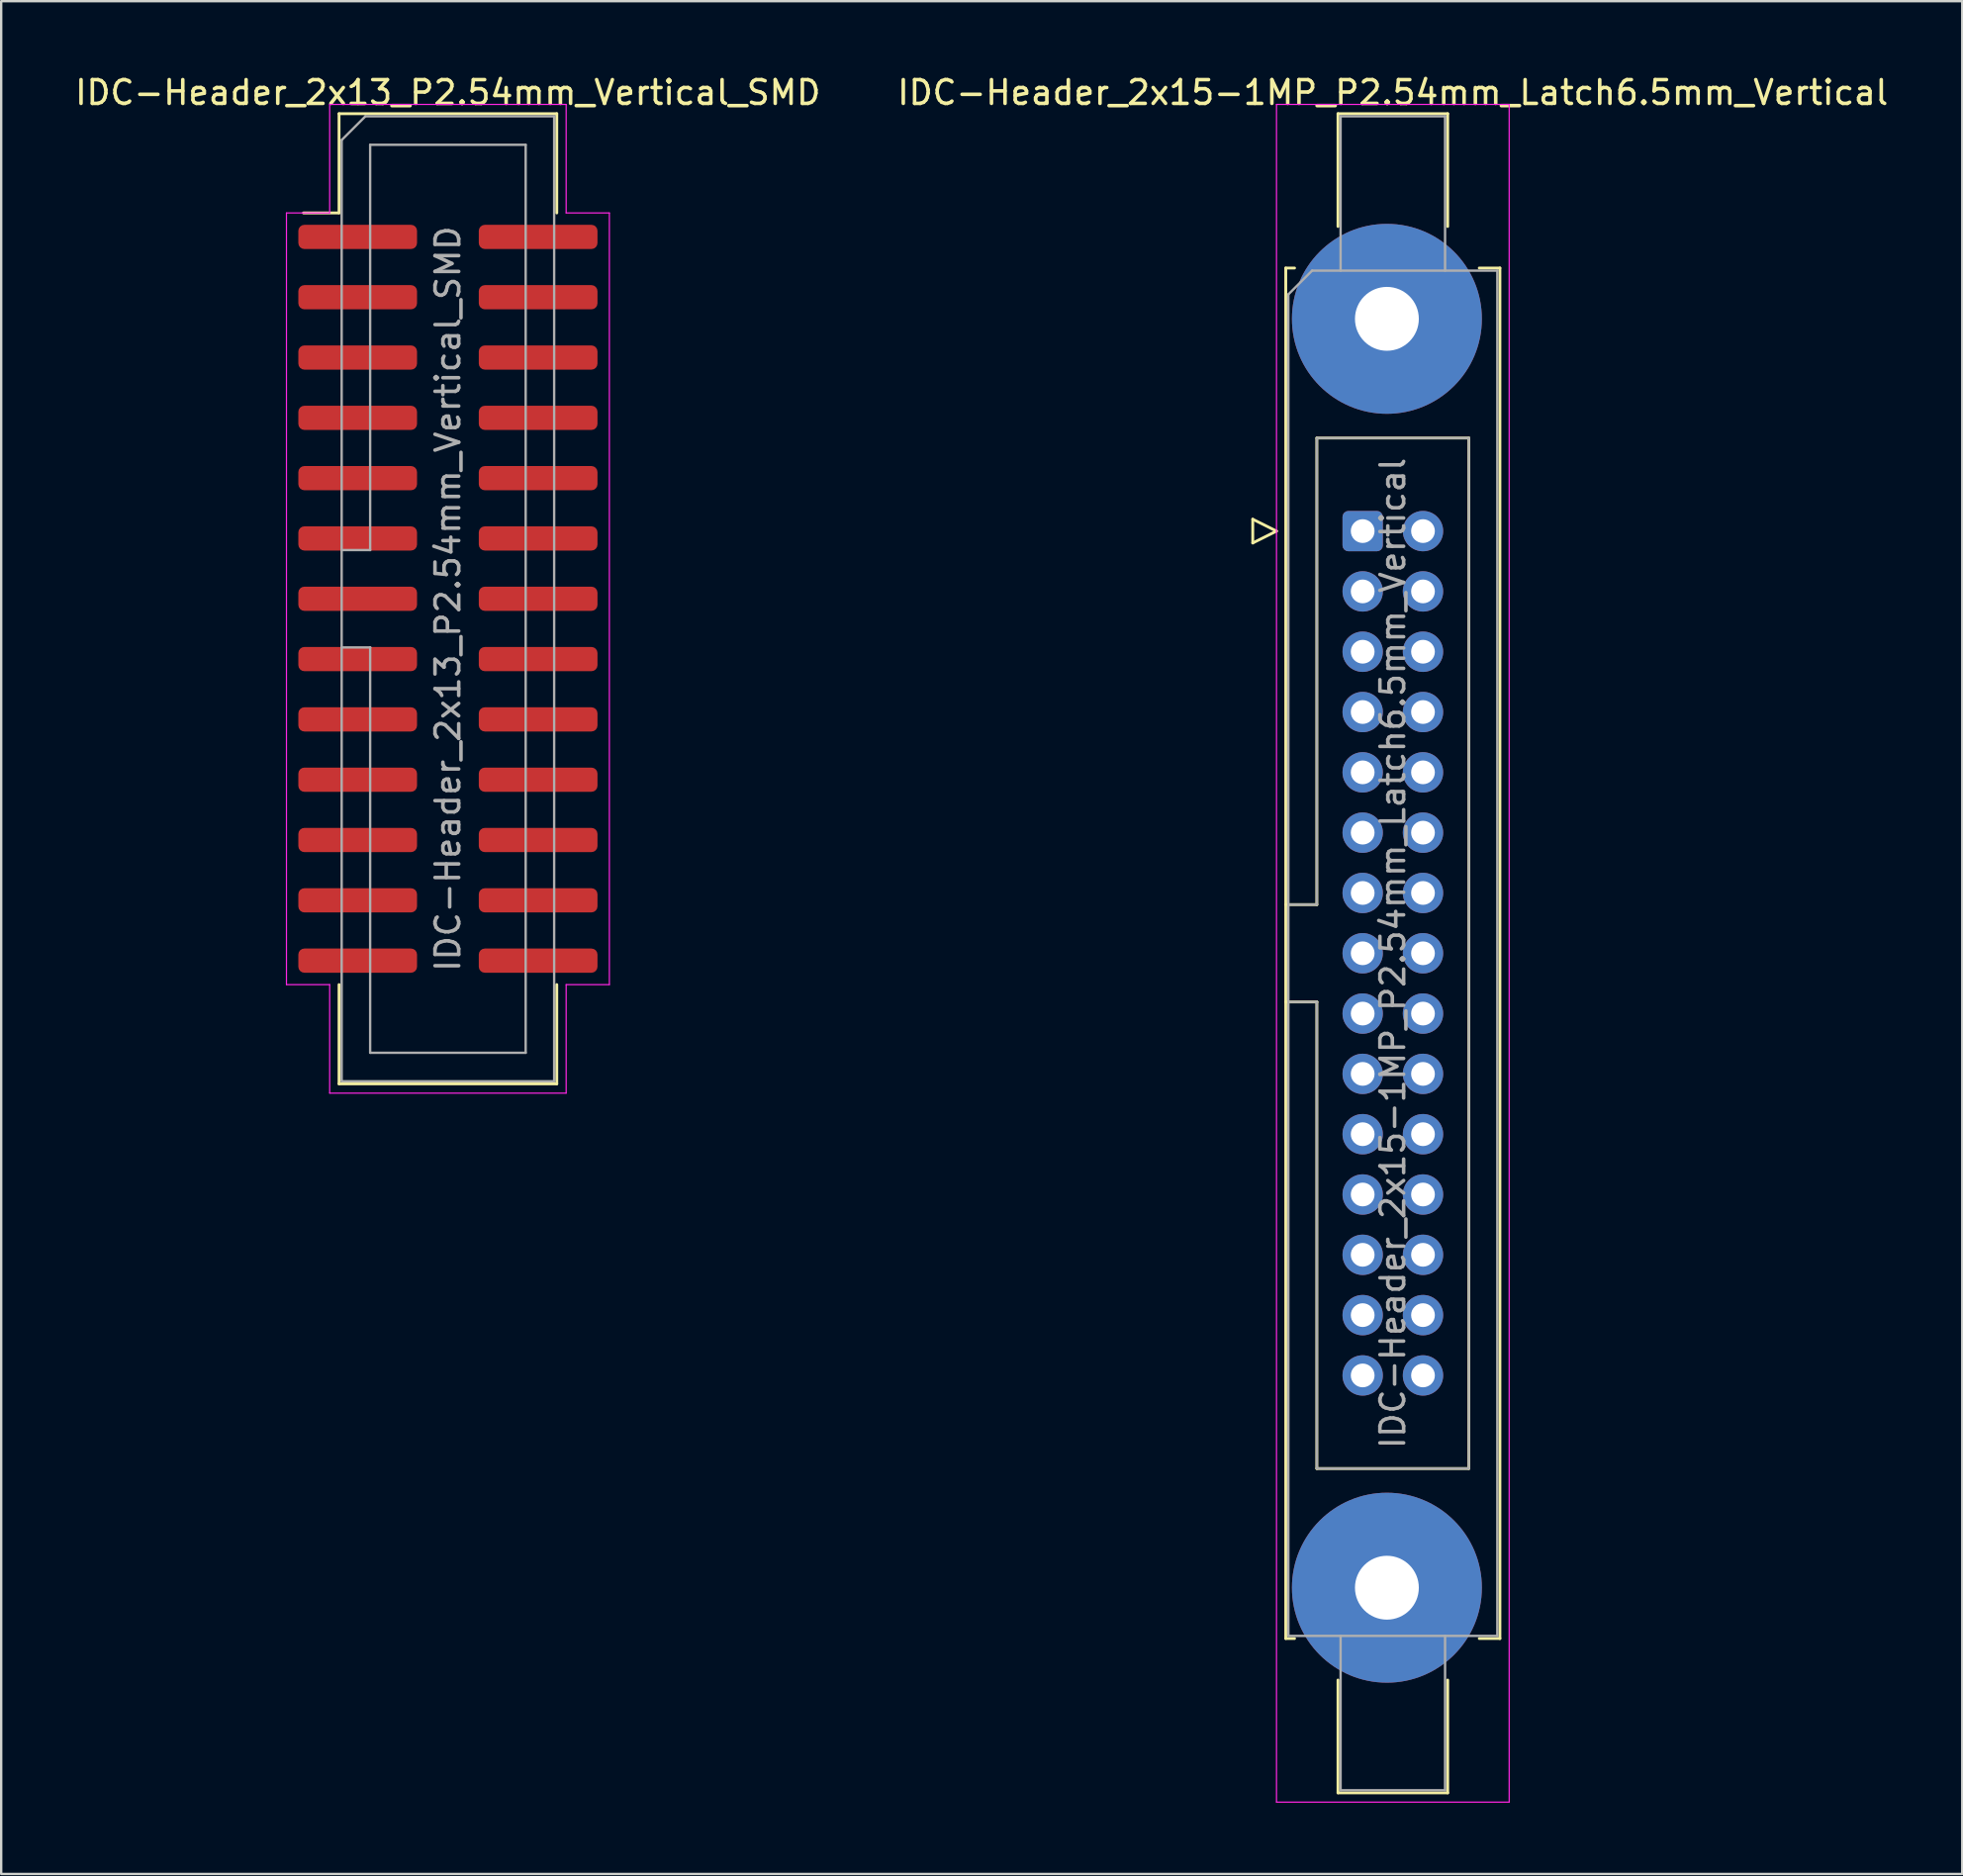
<source format=kicad_pcb>
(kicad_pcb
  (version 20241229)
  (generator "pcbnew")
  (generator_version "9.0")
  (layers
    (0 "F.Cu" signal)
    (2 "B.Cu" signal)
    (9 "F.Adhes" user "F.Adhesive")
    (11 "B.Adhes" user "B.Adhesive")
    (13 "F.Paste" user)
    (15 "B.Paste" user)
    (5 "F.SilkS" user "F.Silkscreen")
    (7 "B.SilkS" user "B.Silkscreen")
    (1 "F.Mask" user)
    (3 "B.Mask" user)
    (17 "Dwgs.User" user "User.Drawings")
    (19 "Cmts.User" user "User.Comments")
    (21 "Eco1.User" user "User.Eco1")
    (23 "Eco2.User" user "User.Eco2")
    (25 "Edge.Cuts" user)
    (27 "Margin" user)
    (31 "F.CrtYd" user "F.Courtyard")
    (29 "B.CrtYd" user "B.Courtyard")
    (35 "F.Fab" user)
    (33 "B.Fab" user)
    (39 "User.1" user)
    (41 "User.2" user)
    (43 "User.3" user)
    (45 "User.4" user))
  (footprint "IDC-Header_2x13_P2.54mm_Vertical_SMD"
    (layer "F.Cu")
    (at 15.815 22.168)
    (property "Reference" "IDC-Header_2x13_P2.54mm_Vertical_SMD" (at 0 -21.32 0) (layer "F.SilkS") (effects (font (size 1 1) (thickness 0.15))))
    (attr smd)
    (fp_line (start -4.585 -20.43) (end 4.585 -20.43) (stroke (width 0.12) (type solid)) (layer "F.SilkS"))
    (fp_line (start -4.585 -16.25) (end -6.085 -16.25) (stroke (width 0.12) (type solid)) (layer "F.SilkS"))
    (fp_line (start -4.585 -16.25) (end -4.585 -20.43) (stroke (width 0.12) (type solid)) (layer "F.SilkS"))
    (fp_line (start -4.585 16.25) (end -4.585 20.43) (stroke (width 0.12) (type solid)) (layer "F.SilkS"))
    (fp_line (start -4.585 20.43) (end 4.585 20.43) (stroke (width 0.12) (type solid)) (layer "F.SilkS"))
    (fp_line (start 4.585 -20.43) (end 4.585 -16.25) (stroke (width 0.12) (type solid)) (layer "F.SilkS"))
    (fp_line (start 4.585 20.43) (end 4.585 16.25) (stroke (width 0.12) (type solid)) (layer "F.SilkS"))
    (fp_line (start -6.8 -16.25) (end -6.8 16.25) (stroke (width 0.05) (type solid)) (layer "F.CrtYd"))
    (fp_line (start -6.8 16.25) (end -4.98 16.25) (stroke (width 0.05) (type solid)) (layer "F.CrtYd"))
    (fp_line (start -4.98 -20.82) (end -4.98 -16.25) (stroke (width 0.05) (type solid)) (layer "F.CrtYd"))
    (fp_line (start -4.98 -16.25) (end -6.8 -16.25) (stroke (width 0.05) (type solid)) (layer "F.CrtYd"))
    (fp_line (start -4.98 16.25) (end -4.98 20.82) (stroke (width 0.05) (type solid)) (layer "F.CrtYd"))
    (fp_line (start -4.98 20.82) (end 4.98 20.82) (stroke (width 0.05) (type solid)) (layer "F.CrtYd"))
    (fp_line (start 4.98 -20.82) (end -4.98 -20.82) (stroke (width 0.05) (type solid)) (layer "F.CrtYd"))
    (fp_line (start 4.98 -16.25) (end 4.98 -20.82) (stroke (width 0.05) (type solid)) (layer "F.CrtYd"))
    (fp_line (start 4.98 16.25) (end 6.8 16.25) (stroke (width 0.05) (type solid)) (layer "F.CrtYd"))
    (fp_line (start 4.98 20.82) (end 4.98 16.25) (stroke (width 0.05) (type solid)) (layer "F.CrtYd"))
    (fp_line (start 6.8 -16.25) (end 4.98 -16.25) (stroke (width 0.05) (type solid)) (layer "F.CrtYd"))
    (fp_line (start 6.8 16.25) (end 6.8 -16.25) (stroke (width 0.05) (type solid)) (layer "F.CrtYd"))
    (fp_line (start -4.475 -19.32) (end -3.475 -20.32) (stroke (width 0.1) (type solid)) (layer "F.Fab"))
    (fp_line (start -4.475 -2.05) (end -3.275 -2.05) (stroke (width 0.1) (type solid)) (layer "F.Fab"))
    (fp_line (start -4.475 20.32) (end -4.475 -19.32) (stroke (width 0.1) (type solid)) (layer "F.Fab"))
    (fp_line (start -3.475 -20.32) (end 4.475 -20.32) (stroke (width 0.1) (type solid)) (layer "F.Fab"))
    (fp_line (start -3.275 -19.12) (end 3.275 -19.12) (stroke (width 0.1) (type solid)) (layer "F.Fab"))
    (fp_line (start -3.275 -2.05) (end -3.275 -19.12) (stroke (width 0.1) (type solid)) (layer "F.Fab"))
    (fp_line (start -3.275 2.05) (end -4.475 2.05) (stroke (width 0.1) (type solid)) (layer "F.Fab"))
    (fp_line (start -3.275 2.05) (end -3.275 2.05) (stroke (width 0.1) (type solid)) (layer "F.Fab"))
    (fp_line (start -3.275 19.12) (end -3.275 2.05) (stroke (width 0.1) (type solid)) (layer "F.Fab"))
    (fp_line (start 3.275 -19.12) (end 3.275 19.12) (stroke (width 0.1) (type solid)) (layer "F.Fab"))
    (fp_line (start 3.275 19.12) (end -3.275 19.12) (stroke (width 0.1) (type solid)) (layer "F.Fab"))
    (fp_line (start 4.475 -20.32) (end 4.475 20.32) (stroke (width 0.1) (type solid)) (layer "F.Fab"))
    (fp_line (start 4.475 20.32) (end -4.475 20.32) (stroke (width 0.1) (type solid)) (layer "F.Fab"))
    (fp_text user "${REFERENCE}" (at 0 0 90) (layer "F.Fab") (effects (font (size 1 1) (thickness 0.15))))
    (pad "1" smd roundrect (at -3.8 -15.24) (size 5 1.02) (layers "F.Cu" "F.Mask" "F.Paste") (roundrect_rratio 0.25))
    (pad "2" smd roundrect (at 3.8 -15.24) (size 5 1.02) (layers "F.Cu" "F.Mask" "F.Paste") (roundrect_rratio 0.25))
    (pad "3" smd roundrect (at -3.8 -12.7) (size 5 1.02) (layers "F.Cu" "F.Mask" "F.Paste") (roundrect_rratio 0.25))
    (pad "4" smd roundrect (at 3.8 -12.7) (size 5 1.02) (layers "F.Cu" "F.Mask" "F.Paste") (roundrect_rratio 0.25))
    (pad "5" smd roundrect (at -3.8 -10.16) (size 5 1.02) (layers "F.Cu" "F.Mask" "F.Paste") (roundrect_rratio 0.25))
    (pad "6" smd roundrect (at 3.8 -10.16) (size 5 1.02) (layers "F.Cu" "F.Mask" "F.Paste") (roundrect_rratio 0.25))
    (pad "7" smd roundrect (at -3.8 -7.62) (size 5 1.02) (layers "F.Cu" "F.Mask" "F.Paste") (roundrect_rratio 0.25))
    (pad "8" smd roundrect (at 3.8 -7.62) (size 5 1.02) (layers "F.Cu" "F.Mask" "F.Paste") (roundrect_rratio 0.25))
    (pad "9" smd roundrect (at -3.8 -5.08) (size 5 1.02) (layers "F.Cu" "F.Mask" "F.Paste") (roundrect_rratio 0.25))
    (pad "10" smd roundrect (at 3.8 -5.08) (size 5 1.02) (layers "F.Cu" "F.Mask" "F.Paste") (roundrect_rratio 0.25))
    (pad "11" smd roundrect (at -3.8 -2.54) (size 5 1.02) (layers "F.Cu" "F.Mask" "F.Paste") (roundrect_rratio 0.25))
    (pad "12" smd roundrect (at 3.8 -2.54) (size 5 1.02) (layers "F.Cu" "F.Mask" "F.Paste") (roundrect_rratio 0.25))
    (pad "13" smd roundrect (at -3.8 0) (size 5 1.02) (layers "F.Cu" "F.Mask" "F.Paste") (roundrect_rratio 0.25))
    (pad "14" smd roundrect (at 3.8 0) (size 5 1.02) (layers "F.Cu" "F.Mask" "F.Paste") (roundrect_rratio 0.25))
    (pad "15" smd roundrect (at -3.8 2.54) (size 5 1.02) (layers "F.Cu" "F.Mask" "F.Paste") (roundrect_rratio 0.25))
    (pad "16" smd roundrect (at 3.8 2.54) (size 5 1.02) (layers "F.Cu" "F.Mask" "F.Paste") (roundrect_rratio 0.25))
    (pad "17" smd roundrect (at -3.8 5.08) (size 5 1.02) (layers "F.Cu" "F.Mask" "F.Paste") (roundrect_rratio 0.25))
    (pad "18" smd roundrect (at 3.8 5.08) (size 5 1.02) (layers "F.Cu" "F.Mask" "F.Paste") (roundrect_rratio 0.25))
    (pad "19" smd roundrect (at -3.8 7.62) (size 5 1.02) (layers "F.Cu" "F.Mask" "F.Paste") (roundrect_rratio 0.25))
    (pad "20" smd roundrect (at 3.8 7.62) (size 5 1.02) (layers "F.Cu" "F.Mask" "F.Paste") (roundrect_rratio 0.25))
    (pad "21" smd roundrect (at -3.8 10.16) (size 5 1.02) (layers "F.Cu" "F.Mask" "F.Paste") (roundrect_rratio 0.25))
    (pad "22" smd roundrect (at 3.8 10.16) (size 5 1.02) (layers "F.Cu" "F.Mask" "F.Paste") (roundrect_rratio 0.25))
    (pad "23" smd roundrect (at -3.8 12.7) (size 5 1.02) (layers "F.Cu" "F.Mask" "F.Paste") (roundrect_rratio 0.25))
    (pad "24" smd roundrect (at 3.8 12.7) (size 5 1.02) (layers "F.Cu" "F.Mask" "F.Paste") (roundrect_rratio 0.25))
    (pad "25" smd roundrect (at -3.8 15.24) (size 5 1.02) (layers "F.Cu" "F.Mask" "F.Paste") (roundrect_rratio 0.25))
    (pad "26" smd roundrect (at 3.8 15.24) (size 5 1.02) (layers "F.Cu" "F.Mask" "F.Paste") (roundrect_rratio 0.25)))
  (footprint "IDC-Header_2x15-1MP_P2.54mm_Latch6.5mm_Vertical"
    (layer "F.Cu")
    (at 54.343 19.318)
    (property "Reference" "IDC-Header_2x15-1MP_P2.54mm_Latch6.5mm_Vertical" (at 1.27 -18.47 0) (layer "F.SilkS") (effects (font (size 1 1) (thickness 0.15))))
    (attr through_hole)
    (fp_line (start -4.63 -0.5) (end -4.63 0.5) (stroke (width 0.12) (type solid)) (layer "F.SilkS"))
    (fp_line (start -4.63 0.5) (end -3.63 0) (stroke (width 0.12) (type solid)) (layer "F.SilkS"))
    (fp_line (start -3.63 0) (end -4.63 -0.5) (stroke (width 0.12) (type solid)) (layer "F.SilkS"))
    (fp_line (start -3.24 -11.08) (end -3.24 46.64) (stroke (width 0.12) (type solid)) (layer "F.SilkS"))
    (fp_line (start -3.24 15.73) (end -1.93 15.73) (stroke (width 0.12) (type solid)) (layer "F.SilkS"))
    (fp_line (start -3.24 46.64) (end -2.87 46.64) (stroke (width 0.12) (type solid)) (layer "F.SilkS"))
    (fp_line (start -2.87 -11.08) (end -3.24 -11.08) (stroke (width 0.12) (type solid)) (layer "F.SilkS"))
    (fp_line (start -1.93 -3.92) (end 4.47 -3.92) (stroke (width 0.12) (type solid)) (layer "F.SilkS"))
    (fp_line (start -1.93 15.73) (end -1.93 -3.92) (stroke (width 0.12) (type solid)) (layer "F.SilkS"))
    (fp_line (start -1.93 19.83) (end -3.24 19.83) (stroke (width 0.12) (type solid)) (layer "F.SilkS"))
    (fp_line (start -1.93 19.83) (end -1.93 19.83) (stroke (width 0.12) (type solid)) (layer "F.SilkS"))
    (fp_line (start -1.93 39.48) (end -1.93 19.83) (stroke (width 0.12) (type solid)) (layer "F.SilkS"))
    (fp_line (start -1.04 -17.58) (end 3.58 -17.58) (stroke (width 0.12) (type solid)) (layer "F.SilkS"))
    (fp_line (start -1.04 -12.83) (end -1.04 -17.58) (stroke (width 0.12) (type solid)) (layer "F.SilkS"))
    (fp_line (start -1.04 48.39) (end -1.04 53.14) (stroke (width 0.12) (type solid)) (layer "F.SilkS"))
    (fp_line (start -1.04 53.14) (end 3.58 53.14) (stroke (width 0.12) (type solid)) (layer "F.SilkS"))
    (fp_line (start 3.58 -17.58) (end 3.58 -12.83) (stroke (width 0.12) (type solid)) (layer "F.SilkS"))
    (fp_line (start 3.58 53.14) (end 3.58 48.39) (stroke (width 0.12) (type solid)) (layer "F.SilkS"))
    (fp_line (start 4.47 -3.92) (end 4.47 39.48) (stroke (width 0.12) (type solid)) (layer "F.SilkS"))
    (fp_line (start 4.47 39.48) (end -1.93 39.48) (stroke (width 0.12) (type solid)) (layer "F.SilkS"))
    (fp_line (start 4.91 -11.08) (end 5.78 -11.08) (stroke (width 0.12) (type solid)) (layer "F.SilkS"))
    (fp_line (start 5.78 -11.08) (end 5.78 46.64) (stroke (width 0.12) (type solid)) (layer "F.SilkS"))
    (fp_line (start 5.78 46.64) (end 4.91 46.64) (stroke (width 0.12) (type solid)) (layer "F.SilkS"))
    (fp_line (start -3.63 -17.97) (end -3.63 53.53) (stroke (width 0.05) (type solid)) (layer "F.CrtYd"))
    (fp_line (start -3.63 53.53) (end 6.17 53.53) (stroke (width 0.05) (type solid)) (layer "F.CrtYd"))
    (fp_line (start 6.17 -17.97) (end -3.63 -17.97) (stroke (width 0.05) (type solid)) (layer "F.CrtYd"))
    (fp_line (start 6.17 53.53) (end 6.17 -17.97) (stroke (width 0.05) (type solid)) (layer "F.CrtYd"))
    (fp_line (start -3.13 -9.97) (end -2.13 -10.97) (stroke (width 0.1) (type solid)) (layer "F.Fab"))
    (fp_line (start -3.13 15.73) (end -1.93 15.73) (stroke (width 0.1) (type solid)) (layer "F.Fab"))
    (fp_line (start -3.13 46.53) (end -3.13 -9.97) (stroke (width 0.1) (type solid)) (layer "F.Fab"))
    (fp_line (start -2.13 -10.97) (end 5.67 -10.97) (stroke (width 0.1) (type solid)) (layer "F.Fab"))
    (fp_line (start -1.93 -3.92) (end 4.47 -3.92) (stroke (width 0.1) (type solid)) (layer "F.Fab"))
    (fp_line (start -1.93 15.73) (end -1.93 -3.92) (stroke (width 0.1) (type solid)) (layer "F.Fab"))
    (fp_line (start -1.93 19.83) (end -3.13 19.83) (stroke (width 0.1) (type solid)) (layer "F.Fab"))
    (fp_line (start -1.93 19.83) (end -1.93 19.83) (stroke (width 0.1) (type solid)) (layer "F.Fab"))
    (fp_line (start -1.93 39.48) (end -1.93 19.83) (stroke (width 0.1) (type solid)) (layer "F.Fab"))
    (fp_line (start -0.93 -17.47) (end 3.47 -17.47) (stroke (width 0.1) (type solid)) (layer "F.Fab"))
    (fp_line (start -0.93 -10.97) (end -0.93 -17.47) (stroke (width 0.1) (type solid)) (layer "F.Fab"))
    (fp_line (start -0.93 46.53) (end -0.93 53.03) (stroke (width 0.1) (type solid)) (layer "F.Fab"))
    (fp_line (start -0.93 53.03) (end 3.47 53.03) (stroke (width 0.1) (type solid)) (layer "F.Fab"))
    (fp_line (start 3.47 -17.47) (end 3.47 -10.97) (stroke (width 0.1) (type solid)) (layer "F.Fab"))
    (fp_line (start 3.47 53.03) (end 3.47 46.53) (stroke (width 0.1) (type solid)) (layer "F.Fab"))
    (fp_line (start 4.47 -3.92) (end 4.47 39.48) (stroke (width 0.1) (type solid)) (layer "F.Fab"))
    (fp_line (start 4.47 39.48) (end -1.93 39.48) (stroke (width 0.1) (type solid)) (layer "F.Fab"))
    (fp_line (start 5.67 -10.97) (end 5.67 46.53) (stroke (width 0.1) (type solid)) (layer "F.Fab"))
    (fp_line (start 5.67 46.53) (end -3.13 46.53) (stroke (width 0.1) (type solid)) (layer "F.Fab"))
    (fp_text user "${REFERENCE}" (at 1.27 17.78 90) (layer "F.Fab") (effects (font (size 1 1) (thickness 0.15))))
    (pad "1" thru_hole roundrect (at 0 0) (size 1.7 1.7) (drill 1) (layers "*.Cu" "*.Mask") (roundrect_rratio 0.147))
    (pad "2" thru_hole circle (at 2.54 0) (size 1.7 1.7) (drill 1) (layers "*.Cu" "*.Mask"))
    (pad "3" thru_hole circle (at 0 2.54) (size 1.7 1.7) (drill 1) (layers "*.Cu" "*.Mask"))
    (pad "4" thru_hole circle (at 2.54 2.54) (size 1.7 1.7) (drill 1) (layers "*.Cu" "*.Mask"))
    (pad "5" thru_hole circle (at 0 5.08) (size 1.7 1.7) (drill 1) (layers "*.Cu" "*.Mask"))
    (pad "6" thru_hole circle (at 2.54 5.08) (size 1.7 1.7) (drill 1) (layers "*.Cu" "*.Mask"))
    (pad "7" thru_hole circle (at 0 7.62) (size 1.7 1.7) (drill 1) (layers "*.Cu" "*.Mask"))
    (pad "8" thru_hole circle (at 2.54 7.62) (size 1.7 1.7) (drill 1) (layers "*.Cu" "*.Mask"))
    (pad "9" thru_hole circle (at 0 10.16) (size 1.7 1.7) (drill 1) (layers "*.Cu" "*.Mask"))
    (pad "10" thru_hole circle (at 2.54 10.16) (size 1.7 1.7) (drill 1) (layers "*.Cu" "*.Mask"))
    (pad "11" thru_hole circle (at 0 12.7) (size 1.7 1.7) (drill 1) (layers "*.Cu" "*.Mask"))
    (pad "12" thru_hole circle (at 2.54 12.7) (size 1.7 1.7) (drill 1) (layers "*.Cu" "*.Mask"))
    (pad "13" thru_hole circle (at 0 15.24) (size 1.7 1.7) (drill 1) (layers "*.Cu" "*.Mask"))
    (pad "14" thru_hole circle (at 2.54 15.24) (size 1.7 1.7) (drill 1) (layers "*.Cu" "*.Mask"))
    (pad "15" thru_hole circle (at 0 17.78) (size 1.7 1.7) (drill 1) (layers "*.Cu" "*.Mask"))
    (pad "16" thru_hole circle (at 2.54 17.78) (size 1.7 1.7) (drill 1) (layers "*.Cu" "*.Mask"))
    (pad "17" thru_hole circle (at 0 20.32) (size 1.7 1.7) (drill 1) (layers "*.Cu" "*.Mask"))
    (pad "18" thru_hole circle (at 2.54 20.32) (size 1.7 1.7) (drill 1) (layers "*.Cu" "*.Mask"))
    (pad "19" thru_hole circle (at 0 22.86) (size 1.7 1.7) (drill 1) (layers "*.Cu" "*.Mask"))
    (pad "20" thru_hole circle (at 2.54 22.86) (size 1.7 1.7) (drill 1) (layers "*.Cu" "*.Mask"))
    (pad "21" thru_hole circle (at 0 25.4) (size 1.7 1.7) (drill 1) (layers "*.Cu" "*.Mask"))
    (pad "22" thru_hole circle (at 2.54 25.4) (size 1.7 1.7) (drill 1) (layers "*.Cu" "*.Mask"))
    (pad "23" thru_hole circle (at 0 27.94) (size 1.7 1.7) (drill 1) (layers "*.Cu" "*.Mask"))
    (pad "24" thru_hole circle (at 2.54 27.94) (size 1.7 1.7) (drill 1) (layers "*.Cu" "*.Mask"))
    (pad "25" thru_hole circle (at 0 30.48) (size 1.7 1.7) (drill 1) (layers "*.Cu" "*.Mask"))
    (pad "26" thru_hole circle (at 2.54 30.48) (size 1.7 1.7) (drill 1) (layers "*.Cu" "*.Mask"))
    (pad "27" thru_hole circle (at 0 33.02) (size 1.7 1.7) (drill 1) (layers "*.Cu" "*.Mask"))
    (pad "28" thru_hole circle (at 2.54 33.02) (size 1.7 1.7) (drill 1) (layers "*.Cu" "*.Mask"))
    (pad "29" thru_hole circle (at 0 35.56) (size 1.7 1.7) (drill 1) (layers "*.Cu" "*.Mask"))
    (pad "30" thru_hole circle (at 2.54 35.56) (size 1.7 1.7) (drill 1) (layers "*.Cu" "*.Mask"))
    (pad "MP" thru_hole circle (at 1.02 -8.94) (size 8 8) (drill 2.69) (layers "*.Cu" "*.Mask"))
    (pad "MP" thru_hole circle (at 1.02 44.5) (size 8 8) (drill 2.69) (layers "*.Cu" "*.Mask")))
  (gr_rect
    (start -3 -3)
    (end 79.595 75.873)
    (stroke (width 0.1) (type default))
    (fill no)
    (layer "Edge.Cuts")))
</source>
